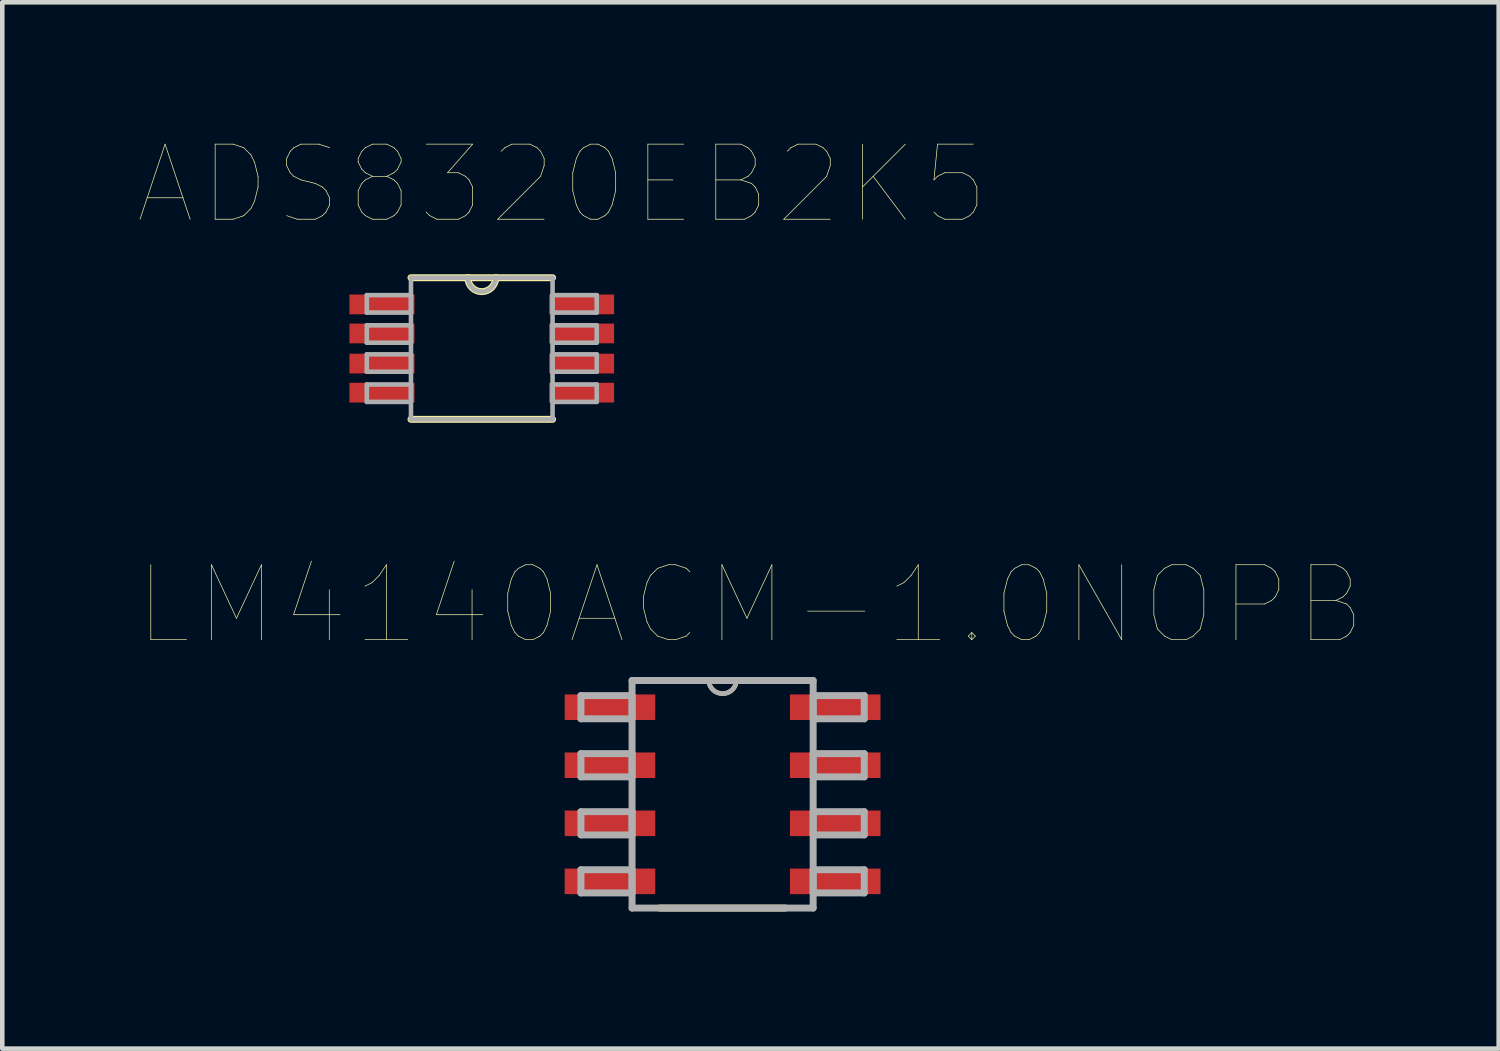
<source format=kicad_pcb>
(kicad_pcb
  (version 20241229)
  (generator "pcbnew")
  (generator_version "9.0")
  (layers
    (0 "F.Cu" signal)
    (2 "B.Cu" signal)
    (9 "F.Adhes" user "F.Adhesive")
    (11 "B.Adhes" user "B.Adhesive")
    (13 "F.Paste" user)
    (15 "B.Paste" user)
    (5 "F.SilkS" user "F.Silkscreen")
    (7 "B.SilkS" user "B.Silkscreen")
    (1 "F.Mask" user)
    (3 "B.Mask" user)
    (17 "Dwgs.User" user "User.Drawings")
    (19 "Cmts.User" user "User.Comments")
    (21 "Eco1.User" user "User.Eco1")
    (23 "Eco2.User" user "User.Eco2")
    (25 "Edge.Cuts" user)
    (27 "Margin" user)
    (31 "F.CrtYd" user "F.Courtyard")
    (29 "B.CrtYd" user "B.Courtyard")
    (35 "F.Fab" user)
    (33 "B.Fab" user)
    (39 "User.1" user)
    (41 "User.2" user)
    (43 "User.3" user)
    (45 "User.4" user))
  (footprint "LM4140ACM-1.0NOPB"
    (layer "F.Cu")
    (at 12.759 14.327)
    (property "Reference" "LM4140ACM-1.0NOPB" (at 0.61 -4.14 0) (layer "F.SilkS") (effects (font (size 1.64 1.64) (thickness 0.015))))
    (attr through_hole)
    (fp_line (start -1.372 2.489) (end 1.372 2.489) (stroke (width 0.152) (type solid)) (layer "F.SilkS"))
    (fp_line (start -0.305 -2.489) (end -1.372 -2.489) (stroke (width 0.152) (type solid)) (layer "F.SilkS"))
    (fp_line (start 1.372 -2.489) (end -0.305 -2.489) (stroke (width 0.152) (type solid)) (layer "F.SilkS"))
    (fp_arc (start 0.3048 -2.5146) (mid 0.0127 -2.1971) (end -0.3048 -2.4892) (stroke (width 0.1) (type solid)) (layer "F.SilkS"))
    (fp_line (start -3.099 -2.159) (end -3.099 -1.651) (stroke (width 0.152) (type solid)) (layer "F.Fab"))
    (fp_line (start -3.099 -1.651) (end -1.981 -1.651) (stroke (width 0.152) (type solid)) (layer "F.Fab"))
    (fp_line (start -3.099 -0.889) (end -3.099 -0.381) (stroke (width 0.152) (type solid)) (layer "F.Fab"))
    (fp_line (start -3.099 -0.381) (end -1.981 -0.381) (stroke (width 0.152) (type solid)) (layer "F.Fab"))
    (fp_line (start -3.099 0.381) (end -3.099 0.889) (stroke (width 0.152) (type solid)) (layer "F.Fab"))
    (fp_line (start -3.099 0.889) (end -1.981 0.889) (stroke (width 0.152) (type solid)) (layer "F.Fab"))
    (fp_line (start -3.099 1.651) (end -3.099 2.159) (stroke (width 0.152) (type solid)) (layer "F.Fab"))
    (fp_line (start -3.099 2.159) (end -1.981 2.159) (stroke (width 0.152) (type solid)) (layer "F.Fab"))
    (fp_line (start -1.981 -2.489) (end -1.981 2.489) (stroke (width 0.152) (type solid)) (layer "F.Fab"))
    (fp_line (start -1.981 -2.159) (end -3.099 -2.159) (stroke (width 0.152) (type solid)) (layer "F.Fab"))
    (fp_line (start -1.981 -1.651) (end -1.981 -2.159) (stroke (width 0.152) (type solid)) (layer "F.Fab"))
    (fp_line (start -1.981 -0.889) (end -3.099 -0.889) (stroke (width 0.152) (type solid)) (layer "F.Fab"))
    (fp_line (start -1.981 -0.381) (end -1.981 -0.889) (stroke (width 0.152) (type solid)) (layer "F.Fab"))
    (fp_line (start -1.981 0.381) (end -3.099 0.381) (stroke (width 0.152) (type solid)) (layer "F.Fab"))
    (fp_line (start -1.981 0.889) (end -1.981 0.381) (stroke (width 0.152) (type solid)) (layer "F.Fab"))
    (fp_line (start -1.981 1.651) (end -3.099 1.651) (stroke (width 0.152) (type solid)) (layer "F.Fab"))
    (fp_line (start -1.981 2.159) (end -1.981 1.651) (stroke (width 0.152) (type solid)) (layer "F.Fab"))
    (fp_line (start -1.981 2.489) (end 1.981 2.489) (stroke (width 0.152) (type solid)) (layer "F.Fab"))
    (fp_line (start -0.305 -2.489) (end -1.981 -2.489) (stroke (width 0.152) (type solid)) (layer "F.Fab"))
    (fp_line (start 1.981 -2.489) (end -0.305 -2.489) (stroke (width 0.152) (type solid)) (layer "F.Fab"))
    (fp_line (start 1.981 -2.159) (end 1.981 -1.651) (stroke (width 0.152) (type solid)) (layer "F.Fab"))
    (fp_line (start 1.981 -1.651) (end 3.099 -1.651) (stroke (width 0.152) (type solid)) (layer "F.Fab"))
    (fp_line (start 1.981 -0.889) (end 1.981 -0.381) (stroke (width 0.152) (type solid)) (layer "F.Fab"))
    (fp_line (start 1.981 -0.381) (end 3.099 -0.381) (stroke (width 0.152) (type solid)) (layer "F.Fab"))
    (fp_line (start 1.981 0.381) (end 1.981 0.889) (stroke (width 0.152) (type solid)) (layer "F.Fab"))
    (fp_line (start 1.981 0.889) (end 3.099 0.889) (stroke (width 0.152) (type solid)) (layer "F.Fab"))
    (fp_line (start 1.981 1.651) (end 1.981 2.159) (stroke (width 0.152) (type solid)) (layer "F.Fab"))
    (fp_line (start 1.981 2.159) (end 3.099 2.159) (stroke (width 0.152) (type solid)) (layer "F.Fab"))
    (fp_line (start 1.981 2.489) (end 1.981 -2.489) (stroke (width 0.152) (type solid)) (layer "F.Fab"))
    (fp_line (start 3.099 -2.159) (end 1.981 -2.159) (stroke (width 0.152) (type solid)) (layer "F.Fab"))
    (fp_line (start 3.099 -1.651) (end 3.099 -2.159) (stroke (width 0.152) (type solid)) (layer "F.Fab"))
    (fp_line (start 3.099 -0.889) (end 1.981 -0.889) (stroke (width 0.152) (type solid)) (layer "F.Fab"))
    (fp_line (start 3.099 -0.381) (end 3.099 -0.889) (stroke (width 0.152) (type solid)) (layer "F.Fab"))
    (fp_line (start 3.099 0.381) (end 1.981 0.381) (stroke (width 0.152) (type solid)) (layer "F.Fab"))
    (fp_line (start 3.099 0.889) (end 3.099 0.381) (stroke (width 0.152) (type solid)) (layer "F.Fab"))
    (fp_line (start 3.099 1.651) (end 1.981 1.651) (stroke (width 0.152) (type solid)) (layer "F.Fab"))
    (fp_line (start 3.099 2.159) (end 3.099 1.651) (stroke (width 0.152) (type solid)) (layer "F.Fab"))
    (fp_arc (start 0.3048 -2.5146) (mid 0.0127 -2.1971) (end -0.3048 -2.4892) (stroke (width 0.1) (type solid)) (layer "F.Fab"))
    (pad "1" smd rect (at -2.464 -1.905) (size 1.981 0.559) (layers "F.Cu" "F.Mask" "F.Paste"))
    (pad "2" smd rect (at -2.464 -0.635) (size 1.981 0.559) (layers "F.Cu" "F.Mask" "F.Paste"))
    (pad "3" smd rect (at -2.464 0.635) (size 1.981 0.559) (layers "F.Cu" "F.Mask" "F.Paste"))
    (pad "4" smd rect (at -2.464 1.905) (size 1.981 0.559) (layers "F.Cu" "F.Mask" "F.Paste"))
    (pad "5" smd rect (at 2.464 1.905) (size 1.981 0.559) (layers "F.Cu" "F.Mask" "F.Paste"))
    (pad "6" smd rect (at 2.464 0.635) (size 1.981 0.559) (layers "F.Cu" "F.Mask" "F.Paste"))
    (pad "7" smd rect (at 2.464 -0.635) (size 1.981 0.559) (layers "F.Cu" "F.Mask" "F.Paste"))
    (pad "8" smd rect (at 2.464 -1.905) (size 1.981 0.559) (layers "F.Cu" "F.Mask" "F.Paste")))
  (footprint "ADS8320EB2K5"
    (layer "F.Cu")
    (at 7.49 4.575)
    (property "Reference" "ADS8320EB2K5" (at 1.756 -3.588 0) (layer "F.SilkS") (effects (font (size 1.643 1.643) (thickness 0.015))))
    (attr through_hole)
    (fp_line (start -1.549 1.549) (end 1.549 1.549) (stroke (width 0.152) (type solid)) (layer "F.SilkS"))
    (fp_line (start -0.305 -1.549) (end -1.549 -1.549) (stroke (width 0.152) (type solid)) (layer "F.SilkS"))
    (fp_line (start 0.305 -1.549) (end -0.305 -1.549) (stroke (width 0.152) (type solid)) (layer "F.SilkS"))
    (fp_line (start 1.549 -1.549) (end 0.305 -1.549) (stroke (width 0.152) (type solid)) (layer "F.SilkS"))
    (fp_arc (start 0.3048 -1.5494) (mid 0 -1.2446) (end -0.3048 -1.5494) (stroke (width 0.1524) (type solid)) (layer "F.SilkS"))
    (fp_line (start -2.515 -1.168) (end -2.515 -0.787) (stroke (width 0.1) (type solid)) (layer "F.Fab"))
    (fp_line (start -2.515 -0.787) (end -1.549 -0.787) (stroke (width 0.1) (type solid)) (layer "F.Fab"))
    (fp_line (start -2.515 -0.508) (end -2.515 -0.127) (stroke (width 0.1) (type solid)) (layer "F.Fab"))
    (fp_line (start -2.515 -0.127) (end -1.549 -0.127) (stroke (width 0.1) (type solid)) (layer "F.Fab"))
    (fp_line (start -2.515 0.127) (end -2.515 0.508) (stroke (width 0.1) (type solid)) (layer "F.Fab"))
    (fp_line (start -2.515 0.508) (end -1.549 0.508) (stroke (width 0.1) (type solid)) (layer "F.Fab"))
    (fp_line (start -2.515 0.787) (end -2.515 1.168) (stroke (width 0.1) (type solid)) (layer "F.Fab"))
    (fp_line (start -2.515 1.168) (end -1.549 1.168) (stroke (width 0.1) (type solid)) (layer "F.Fab"))
    (fp_line (start -1.549 -1.549) (end -1.549 1.549) (stroke (width 0.1) (type solid)) (layer "F.Fab"))
    (fp_line (start -1.549 -1.168) (end -2.515 -1.168) (stroke (width 0.1) (type solid)) (layer "F.Fab"))
    (fp_line (start -1.549 -0.787) (end -1.549 -1.168) (stroke (width 0.1) (type solid)) (layer "F.Fab"))
    (fp_line (start -1.549 -0.508) (end -2.515 -0.508) (stroke (width 0.1) (type solid)) (layer "F.Fab"))
    (fp_line (start -1.549 -0.127) (end -1.549 -0.508) (stroke (width 0.1) (type solid)) (layer "F.Fab"))
    (fp_line (start -1.549 0.127) (end -2.515 0.127) (stroke (width 0.1) (type solid)) (layer "F.Fab"))
    (fp_line (start -1.549 0.508) (end -1.549 0.127) (stroke (width 0.1) (type solid)) (layer "F.Fab"))
    (fp_line (start -1.549 0.787) (end -2.515 0.787) (stroke (width 0.1) (type solid)) (layer "F.Fab"))
    (fp_line (start -1.549 1.168) (end -1.549 0.787) (stroke (width 0.1) (type solid)) (layer "F.Fab"))
    (fp_line (start -1.549 1.549) (end 1.549 1.549) (stroke (width 0.1) (type solid)) (layer "F.Fab"))
    (fp_line (start -0.305 -1.549) (end -1.549 -1.549) (stroke (width 0.1) (type solid)) (layer "F.Fab"))
    (fp_line (start 0.305 -1.549) (end -0.305 -1.549) (stroke (width 0.1) (type solid)) (layer "F.Fab"))
    (fp_line (start 1.549 -1.549) (end 0.305 -1.549) (stroke (width 0.1) (type solid)) (layer "F.Fab"))
    (fp_line (start 1.549 -1.168) (end 1.549 -0.787) (stroke (width 0.1) (type solid)) (layer "F.Fab"))
    (fp_line (start 1.549 -0.787) (end 2.515 -0.787) (stroke (width 0.1) (type solid)) (layer "F.Fab"))
    (fp_line (start 1.549 -0.508) (end 1.549 -0.127) (stroke (width 0.1) (type solid)) (layer "F.Fab"))
    (fp_line (start 1.549 -0.127) (end 2.515 -0.127) (stroke (width 0.1) (type solid)) (layer "F.Fab"))
    (fp_line (start 1.549 0.127) (end 1.549 0.508) (stroke (width 0.1) (type solid)) (layer "F.Fab"))
    (fp_line (start 1.549 0.508) (end 2.515 0.508) (stroke (width 0.1) (type solid)) (layer "F.Fab"))
    (fp_line (start 1.549 0.787) (end 1.549 1.168) (stroke (width 0.1) (type solid)) (layer "F.Fab"))
    (fp_line (start 1.549 1.168) (end 2.515 1.168) (stroke (width 0.1) (type solid)) (layer "F.Fab"))
    (fp_line (start 1.549 1.549) (end 1.549 -1.549) (stroke (width 0.1) (type solid)) (layer "F.Fab"))
    (fp_line (start 2.515 -1.168) (end 1.549 -1.168) (stroke (width 0.1) (type solid)) (layer "F.Fab"))
    (fp_line (start 2.515 -0.787) (end 2.515 -1.168) (stroke (width 0.1) (type solid)) (layer "F.Fab"))
    (fp_line (start 2.515 -0.508) (end 1.549 -0.508) (stroke (width 0.1) (type solid)) (layer "F.Fab"))
    (fp_line (start 2.515 -0.127) (end 2.515 -0.508) (stroke (width 0.1) (type solid)) (layer "F.Fab"))
    (fp_line (start 2.515 0.127) (end 1.549 0.127) (stroke (width 0.1) (type solid)) (layer "F.Fab"))
    (fp_line (start 2.515 0.508) (end 2.515 0.127) (stroke (width 0.1) (type solid)) (layer "F.Fab"))
    (fp_line (start 2.515 0.787) (end 1.549 0.787) (stroke (width 0.1) (type solid)) (layer "F.Fab"))
    (fp_line (start 2.515 1.168) (end 2.515 0.787) (stroke (width 0.1) (type solid)) (layer "F.Fab"))
    (fp_arc (start 0.3048 -1.5494) (mid 0 -1.2446) (end -0.3048 -1.5494) (stroke (width 0.1) (type solid)) (layer "F.Fab"))
    (pad "1" smd rect (at -2.184 -0.965) (size 1.422 0.432) (layers "F.Cu" "F.Mask" "F.Paste"))
    (pad "2" smd rect (at -2.184 -0.33) (size 1.422 0.432) (layers "F.Cu" "F.Mask" "F.Paste"))
    (pad "3" smd rect (at -2.184 0.33) (size 1.422 0.432) (layers "F.Cu" "F.Mask" "F.Paste"))
    (pad "4" smd rect (at -2.184 0.965) (size 1.422 0.432) (layers "F.Cu" "F.Mask" "F.Paste"))
    (pad "5" smd rect (at 2.184 0.965) (size 1.422 0.432) (layers "F.Cu" "F.Mask" "F.Paste"))
    (pad "6" smd rect (at 2.184 0.33) (size 1.422 0.432) (layers "F.Cu" "F.Mask" "F.Paste"))
    (pad "7" smd rect (at 2.184 -0.33) (size 1.422 0.432) (layers "F.Cu" "F.Mask" "F.Paste"))
    (pad "8" smd rect (at 2.184 -0.965) (size 1.422 0.432) (layers "F.Cu" "F.Mask" "F.Paste")))
  (gr_rect
    (start -3 -3)
    (end 29.738 19.892)
    (stroke (width 0.1) (type default))
    (fill no)
    (layer "Edge.Cuts")))
</source>
